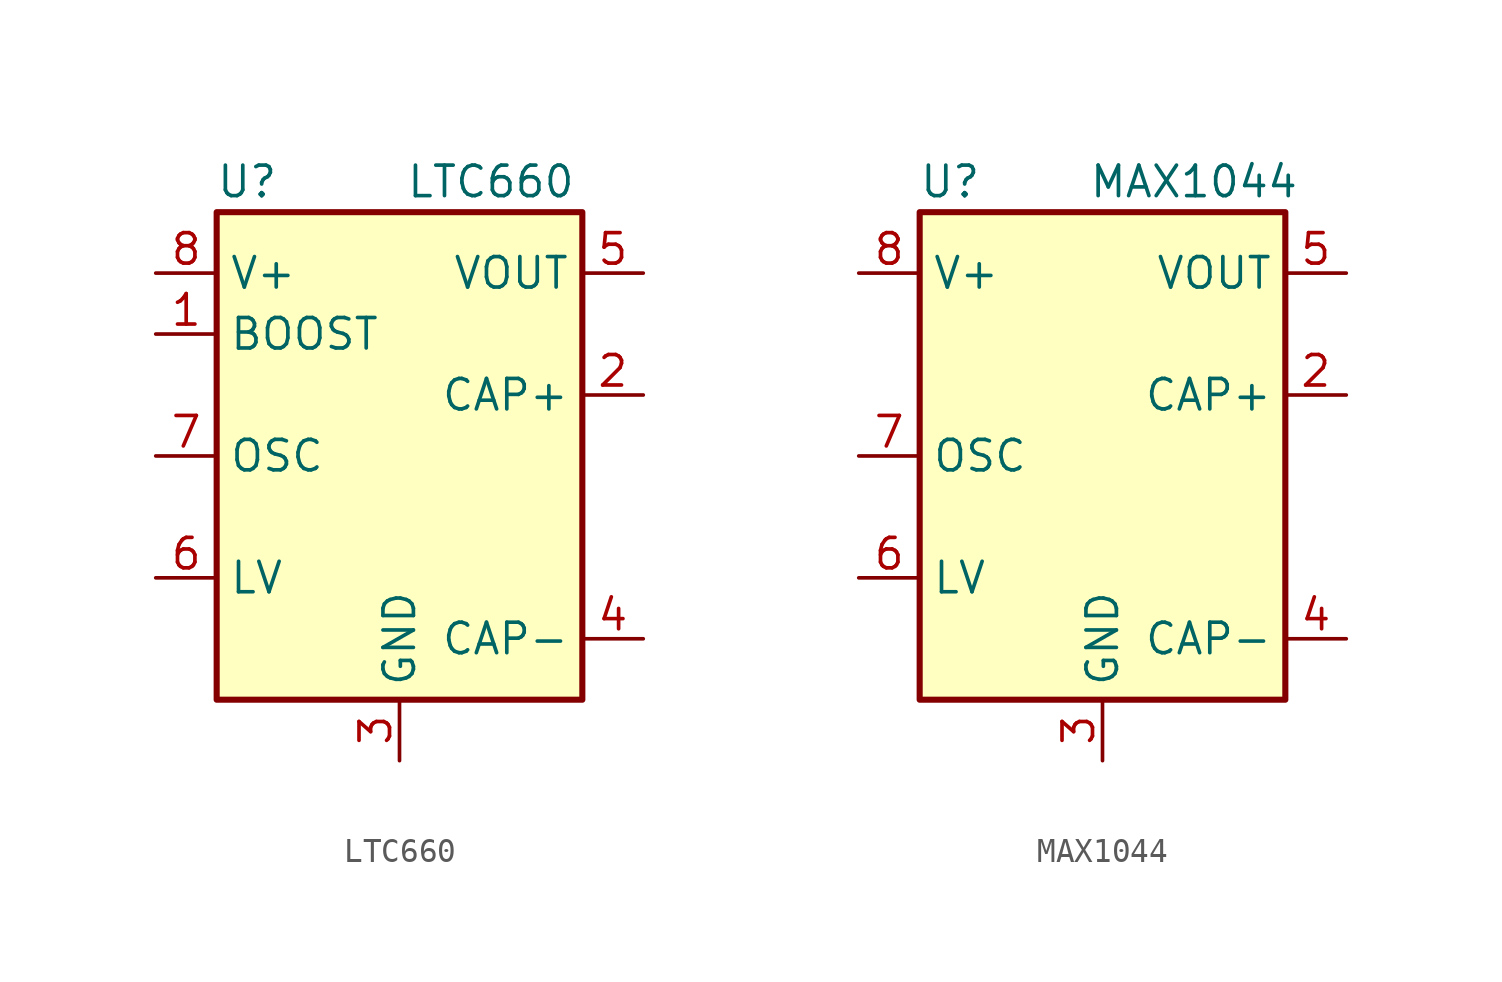
<source format=kicad_sym>
(kicad_symbol_lib
  (version 20201005)
  (generator kicad_symbol_editor)
  (symbol "LTC660"
    (property "Reference" "U"
      (at -6.35 11.43 0)
      (effects (font (size 1.27 1.27))))
    (property "Value" "LTC660"
      (at 3.81 11.43 0)
      (effects (font (size 1.27 1.27))))
    (symbol "LTC660_0_1"
      (rectangle (start -7.62 10.16) (end 7.62 -10.16) (stroke (width 0.254)) (fill (type background))))
    (symbol "LTC660_1_1"
      (pin input line (at -10.16 5.08 0) (length 2.54) (name "BOOST" (effects (font (size 1.27 1.27)))) (number "1" (effects (font (size 1.27 1.27)))))
      (pin input line (at 10.16 2.54 180) (length 2.54) (name "CAP+" (effects (font (size 1.27 1.27)))) (number "2" (effects (font (size 1.27 1.27)))))
      (pin power_in line (at 0 -12.7 90) (length 2.54) (name "GND" (effects (font (size 1.27 1.27)))) (number "3" (effects (font (size 1.27 1.27)))))
      (pin input line (at 10.16 -7.62 180) (length 2.54) (name "CAP-" (effects (font (size 1.27 1.27)))) (number "4" (effects (font (size 1.27 1.27)))))
      (pin power_out line (at 10.16 7.62 180) (length 2.54) (name "VOUT" (effects (font (size 1.27 1.27)))) (number "5" (effects (font (size 1.27 1.27)))))
      (pin input line (at -10.16 -5.08 0) (length 2.54) (name "LV" (effects (font (size 1.27 1.27)))) (number "6" (effects (font (size 1.27 1.27)))))
      (pin input line (at -10.16 0 0) (length 2.54) (name "OSC" (effects (font (size 1.27 1.27)))) (number "7" (effects (font (size 1.27 1.27)))))
      (pin power_in line (at -10.16 7.62 0) (length 2.54) (name "V+" (effects (font (size 1.27 1.27)))) (number "8" (effects (font (size 1.27 1.27)))))))
  (symbol "MAX1044"
    (property "Reference" "U"
      (at -6.35 11.43 0)
      (effects (font (size 1.27 1.27))))
    (property "Value" "MAX1044"
      (at 3.81 11.43 0)
      (effects (font (size 1.27 1.27))))
    (symbol "MAX1044_0_1"
      (rectangle (start -7.62 10.16) (end 7.62 -10.16) (stroke (width 0.254)) (fill (type background))))
    (symbol "MAX1044_1_1"
      (pin no_connect line (at -7.62 5.08 0) (length 2.54) hide (name "NC" (effects (font (size 1.27 1.27)))) (number "1" (effects (font (size 1.27 1.27)))))
      (pin input line (at 10.16 2.54 180) (length 2.54) (name "CAP+" (effects (font (size 1.27 1.27)))) (number "2" (effects (font (size 1.27 1.27)))))
      (pin power_in line (at 0 -12.7 90) (length 2.54) (name "GND" (effects (font (size 1.27 1.27)))) (number "3" (effects (font (size 1.27 1.27)))))
      (pin input line (at 10.16 -7.62 180) (length 2.54) (name "CAP-" (effects (font (size 1.27 1.27)))) (number "4" (effects (font (size 1.27 1.27)))))
      (pin power_out line (at 10.16 7.62 180) (length 2.54) (name "VOUT" (effects (font (size 1.27 1.27)))) (number "5" (effects (font (size 1.27 1.27)))))
      (pin input line (at -10.16 -5.08 0) (length 2.54) (name "LV" (effects (font (size 1.27 1.27)))) (number "6" (effects (font (size 1.27 1.27)))))
      (pin input line (at -10.16 0 0) (length 2.54) (name "OSC" (effects (font (size 1.27 1.27)))) (number "7" (effects (font (size 1.27 1.27)))))
      (pin power_in line (at -10.16 7.62 0) (length 2.54) (name "V+" (effects (font (size 1.27 1.27)))) (number "8" (effects (font (size 1.27 1.27))))))))
</source>
